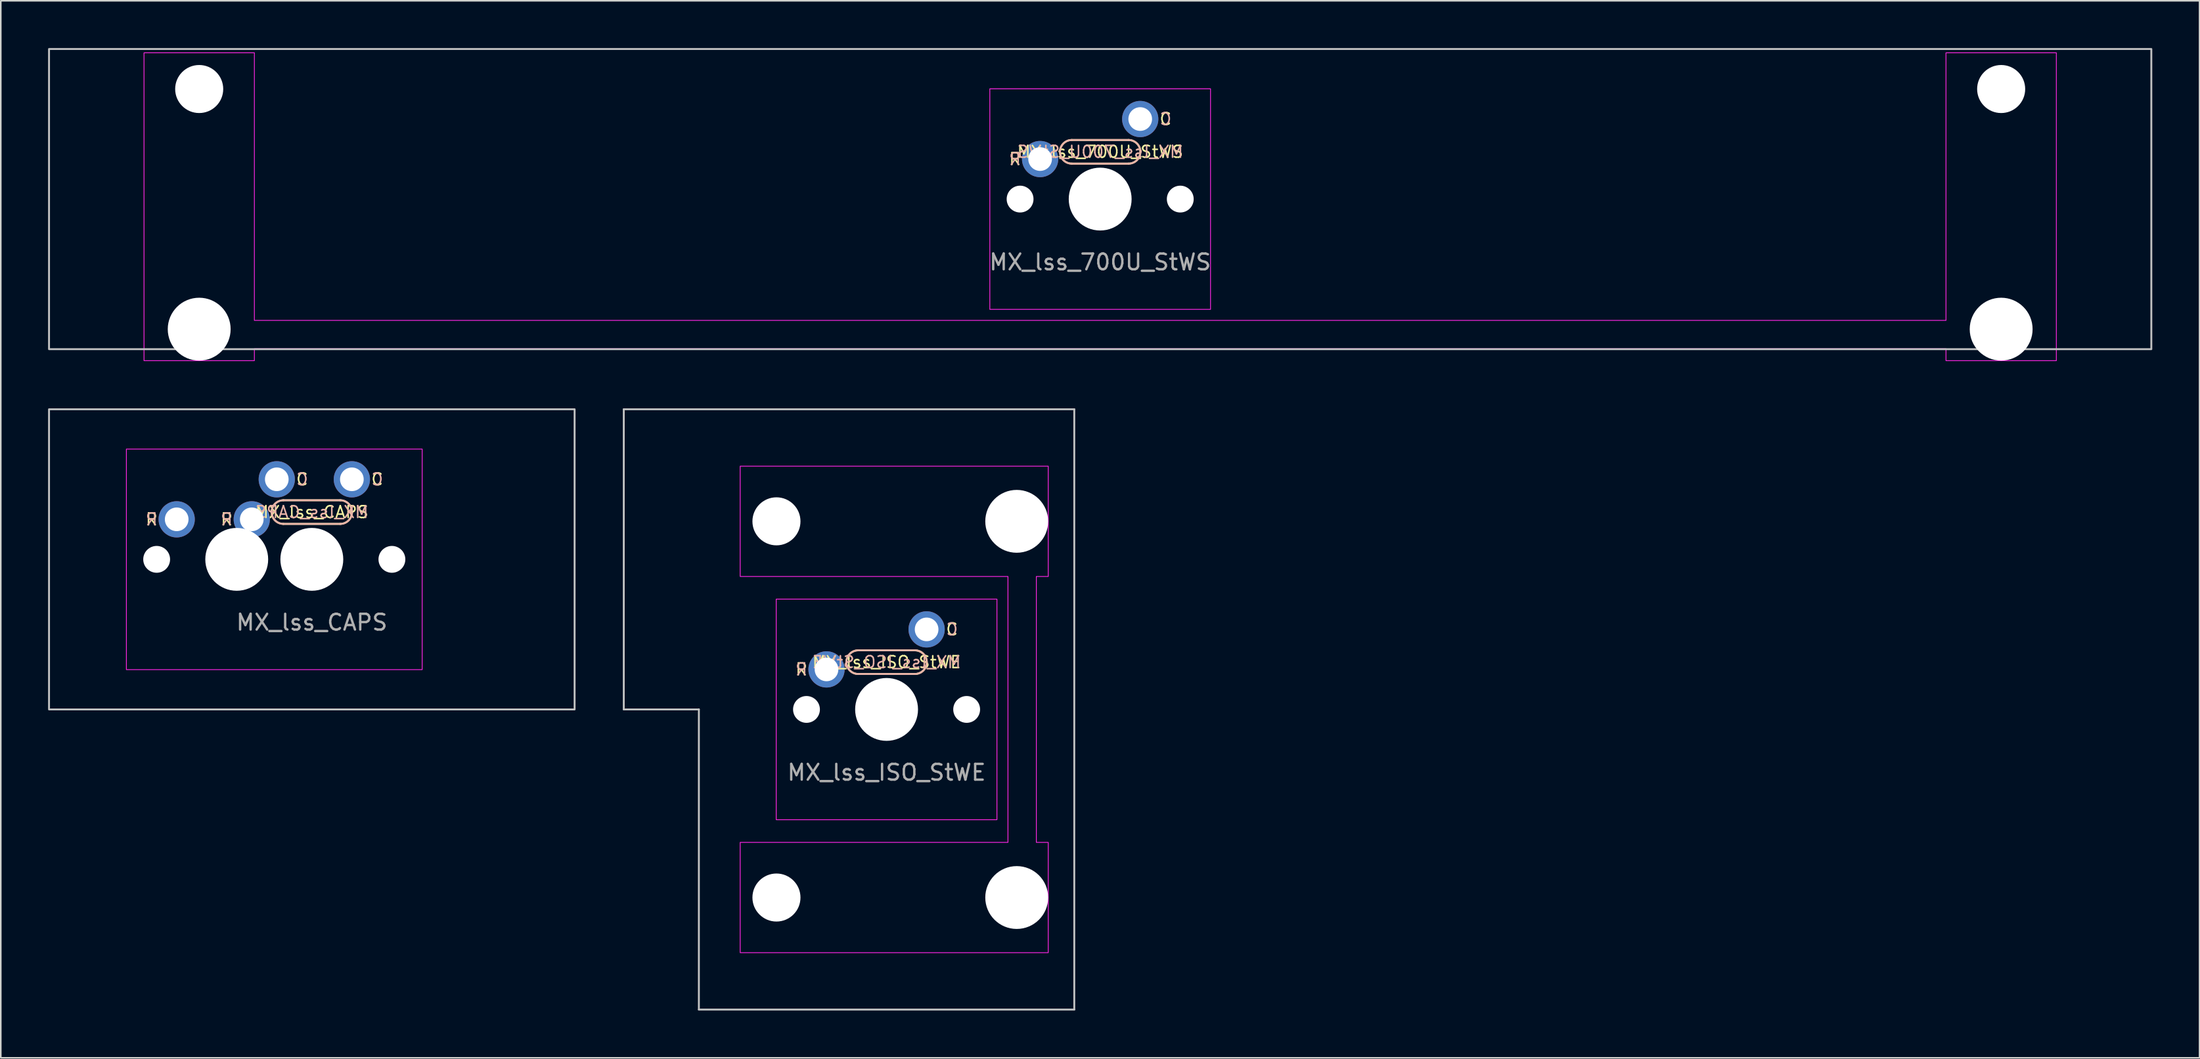
<source format=kicad_pcb>
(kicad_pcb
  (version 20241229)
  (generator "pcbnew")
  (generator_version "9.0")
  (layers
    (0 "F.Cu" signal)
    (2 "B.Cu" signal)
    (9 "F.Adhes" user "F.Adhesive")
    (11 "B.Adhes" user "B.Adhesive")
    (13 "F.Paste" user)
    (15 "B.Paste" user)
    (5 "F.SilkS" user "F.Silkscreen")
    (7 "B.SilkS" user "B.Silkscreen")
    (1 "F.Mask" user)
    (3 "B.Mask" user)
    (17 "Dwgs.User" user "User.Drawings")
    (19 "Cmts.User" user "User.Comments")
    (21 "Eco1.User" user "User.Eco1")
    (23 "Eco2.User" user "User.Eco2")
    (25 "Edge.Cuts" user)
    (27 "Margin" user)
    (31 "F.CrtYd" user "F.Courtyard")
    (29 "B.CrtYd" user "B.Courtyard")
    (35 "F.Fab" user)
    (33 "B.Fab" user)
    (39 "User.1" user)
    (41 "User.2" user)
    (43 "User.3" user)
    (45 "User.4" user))
  (footprint "MX_lss_700U_StWS"
    (layer "F.Cu")
    (at 66.735 9.585)
    (property "Reference" "MX_lss_700U_StWS" (at 0 -3 0) (unlocked yes) (layer "F.SilkS") (effects (font (size 0.75 0.75) (thickness 0.1))))
    (attr through_hole)
    (fp_line (start -1.8 -3.75) (end 1.8 -3.75) (stroke (width 0.12) (type solid)) (layer "F.SilkS"))
    (fp_line (start 1.8 -2.25) (end -1.8 -2.25) (stroke (width 0.12) (type solid)) (layer "F.SilkS"))
    (fp_arc (start -1.8 -2.25) (mid -2.55 -3) (end -1.8 -3.75) (stroke (width 0.12) (type solid)) (layer "F.SilkS"))
    (fp_arc (start 1.8 -3.75) (mid 2.55 -3) (end 1.8 -2.25) (stroke (width 0.12) (type solid)) (layer "F.SilkS"))
    (fp_line (start -1.8 -2.25) (end 1.8 -2.25) (stroke (width 0.12) (type solid)) (layer "B.SilkS"))
    (fp_line (start 1.8 -3.75) (end -1.8 -3.75) (stroke (width 0.12) (type solid)) (layer "B.SilkS"))
    (fp_arc (start -1.8 -2.25) (mid -2.55 -3) (end -1.8 -3.75) (stroke (width 0.12) (type solid)) (layer "B.SilkS"))
    (fp_arc (start 1.8 -3.75) (mid 2.55 -3) (end 1.8 -2.25) (stroke (width 0.12) (type solid)) (layer "B.SilkS"))
    (fp_rect (start -66.675 -9.525) (end 66.675 9.525) (stroke (width 0.12) (type solid)) (fill no) (layer "Dwgs.User"))
    (fp_rect (start -7 -7) (end 7 7) (stroke (width 0.05) (type solid)) (fill no) (layer "F.CrtYd"))
    (fp_poly (pts (xy -53.65 7.7) (xy 53.65 7.7) (xy 53.65 -9.285) (xy 60.65 -9.285) (xy 60.65 10.255) (xy 53.65 10.255) (xy 53.65 9.5) (xy -53.65 9.5) (xy -53.65 10.255) (xy -60.65 10.255) (xy -60.65 -9.285) (xy -53.65 -9.285)) (stroke (width 0.05) (type solid)) (fill no) (layer "F.CrtYd"))
    (fp_text user "R" (at -5.4 -2.54 0) (unlocked yes) (layer "F.SilkS") (effects (font (size 0.75 0.75) (thickness 0.1))))
    (fp_text user "C" (at 4.15 -5.08 0) (unlocked yes) (layer "F.SilkS") (effects (font (size 0.75 0.75) (thickness 0.1))))
    (fp_text user "${REFERENCE}" (at 0 -3 0) (unlocked yes) (layer "B.SilkS") (effects (font (size 0.75 0.75) (thickness 0.1)) (justify mirror)))
    (fp_text user "C" (at 4.15 -5.08 0) (unlocked yes) (layer "B.SilkS") (effects (font (size 0.75 0.75) (thickness 0.1)) (justify mirror)))
    (fp_text user "R" (at -5.4 -2.54 0) (unlocked yes) (layer "B.SilkS") (effects (font (size 0.75 0.75) (thickness 0.1)) (justify mirror)))
    (fp_text user "${REFERENCE}" (at 0 4 0) (unlocked yes) (layer "F.Fab") (effects (font (size 1 1) (thickness 0.15))))
    (pad "" np_thru_hole circle (at -57.15 -6.985) (size 3.048 3.048) (drill 3.048) (layers "*.Cu" "*.Mask"))
    (pad "" np_thru_hole circle (at -57.15 8.255) (size 3.988 3.988) (drill 3.988) (layers "*.Cu" "*.Mask"))
    (pad "" np_thru_hole circle (at -5.08 0) (size 1.702 1.702) (drill 1.702) (layers "*.Cu" "*.Mask"))
    (pad "" np_thru_hole circle (at 0 0) (size 3.988 3.988) (drill 3.988) (layers "*.Cu" "*.Mask"))
    (pad "" np_thru_hole circle (at 5.08 0) (size 1.702 1.702) (drill 1.702) (layers "*.Cu" "*.Mask"))
    (pad "" np_thru_hole circle (at 57.15 -6.985) (size 3.048 3.048) (drill 3.048) (layers "*.Cu" "*.Mask"))
    (pad "" np_thru_hole circle (at 57.15 8.255) (size 3.988 3.988) (drill 3.988) (layers "*.Cu" "*.Mask"))
    (pad "1" thru_hole circle (at 2.54 -5.08) (size 2.3 2.3) (drill 1.5) (layers "*.Cu" "*.Mask"))
    (pad "2" thru_hole circle (at -3.81 -2.54) (size 2.3 2.3) (drill 1.5) (layers "*.Cu" "*.Mask")))
  (footprint "MX_lss_CAPS"
    (layer "F.Cu")
    (at 16.729 32.45)
    (property "Reference" "MX_lss_CAPS" (at 0 -3 0) (unlocked yes) (layer "F.SilkS") (effects (font (size 0.75 0.75) (thickness 0.1))))
    (attr through_hole)
    (fp_line (start -1.8 -3.75) (end 1.8 -3.75) (stroke (width 0.12) (type solid)) (layer "F.SilkS"))
    (fp_line (start 1.8 -2.25) (end -1.8 -2.25) (stroke (width 0.12) (type solid)) (layer "F.SilkS"))
    (fp_arc (start -1.8 -2.25) (mid -2.55 -3) (end -1.8 -3.75) (stroke (width 0.12) (type solid)) (layer "F.SilkS"))
    (fp_arc (start 1.8 -3.75) (mid 2.55 -3) (end 1.8 -2.25) (stroke (width 0.12) (type solid)) (layer "F.SilkS"))
    (fp_line (start -1.8 -2.25) (end 1.8 -2.25) (stroke (width 0.12) (type solid)) (layer "B.SilkS"))
    (fp_line (start 1.8 -3.75) (end -1.8 -3.75) (stroke (width 0.12) (type solid)) (layer "B.SilkS"))
    (fp_arc (start -1.8 -2.25) (mid -2.55 -3) (end -1.8 -3.75) (stroke (width 0.12) (type solid)) (layer "B.SilkS"))
    (fp_arc (start 1.8 -3.75) (mid 2.55 -3) (end 1.8 -2.25) (stroke (width 0.12) (type solid)) (layer "B.SilkS"))
    (fp_rect (start -16.669 -9.525) (end 16.669 9.525) (stroke (width 0.12) (type solid)) (fill no) (layer "Dwgs.User"))
    (fp_rect (start -11.762 -7) (end 7 7) (stroke (width 0.05) (type solid)) (fill no) (layer "F.CrtYd"))
    (fp_text user "R" (at -10.162 -2.54 0) (unlocked yes) (layer "F.SilkS") (effects (font (size 0.75 0.75) (thickness 0.1))))
    (fp_text user "R" (at -5.4 -2.54 0) (unlocked yes) (layer "F.SilkS") (effects (font (size 0.75 0.75) (thickness 0.1))))
    (fp_text user "C" (at 4.15 -5.08 0) (unlocked yes) (layer "F.SilkS") (effects (font (size 0.75 0.75) (thickness 0.1))))
    (fp_text user "C" (at -0.613 -5.08 0) (unlocked yes) (layer "F.SilkS") (effects (font (size 0.75 0.75) (thickness 0.1))))
    (fp_text user "${REFERENCE}" (at 0 -3 0) (unlocked yes) (layer "B.SilkS") (effects (font (size 0.75 0.75) (thickness 0.1)) (justify mirror)))
    (fp_text user "R" (at -5.4 -2.54 0) (unlocked yes) (layer "B.SilkS") (effects (font (size 0.75 0.75) (thickness 0.1)) (justify mirror)))
    (fp_text user "C" (at 4.15 -5.08 0) (unlocked yes) (layer "B.SilkS") (effects (font (size 0.75 0.75) (thickness 0.1)) (justify mirror)))
    (fp_text user "C" (at -0.613 -5.08 0) (unlocked yes) (layer "B.SilkS") (effects (font (size 0.75 0.75) (thickness 0.1)) (justify mirror)))
    (fp_text user "R" (at -10.162 -2.54 0) (unlocked yes) (layer "B.SilkS") (effects (font (size 0.75 0.75) (thickness 0.1)) (justify mirror)))
    (fp_text user "${REFERENCE}" (at 0 4 0) (unlocked yes) (layer "F.Fab") (effects (font (size 1 1) (thickness 0.15))))
    (pad "" np_thru_hole circle (at -9.842 0) (size 1.702 1.702) (drill 1.702) (layers "*.Cu" "*.Mask"))
    (pad "" np_thru_hole circle (at -5.08 0) (size 1.702 1.702) (drill 1.702) (layers "*.Cu" "*.Mask"))
    (pad "" np_thru_hole circle (at -4.763 0) (size 3.988 3.988) (drill 3.988) (layers "*.Cu" "*.Mask"))
    (pad "" np_thru_hole circle (at 0 0) (size 3.988 3.988) (drill 3.988) (layers "*.Cu" "*.Mask"))
    (pad "" np_thru_hole circle (at 0.318 0) (size 1.702 1.702) (drill 1.702) (layers "*.Cu" "*.Mask"))
    (pad "" np_thru_hole circle (at 5.08 0) (size 1.702 1.702) (drill 1.702) (layers "*.Cu" "*.Mask"))
    (pad "1" thru_hole circle (at -2.223 -5.08) (size 2.3 2.3) (drill 1.5) (layers "*.Cu" "*.Mask"))
    (pad "1" thru_hole circle (at 2.54 -5.08) (size 2.3 2.3) (drill 1.5) (layers "*.Cu" "*.Mask"))
    (pad "2" thru_hole circle (at -8.572 -2.54) (size 2.3 2.3) (drill 1.5) (layers "*.Cu" "*.Mask"))
    (pad "2" thru_hole circle (at -3.81 -2.54) (size 2.3 2.3) (drill 1.5) (layers "*.Cu" "*.Mask")))
  (footprint "MX_lss_ISO_StWE"
    (layer "F.Cu")
    (at 53.186 41.975)
    (property "Reference" "MX_lss_ISO_StWE" (at 0 -3 0) (unlocked yes) (layer "F.SilkS") (effects (font (size 0.75 0.75) (thickness 0.1))))
    (attr through_hole)
    (fp_line (start -1.8 -3.75) (end 1.8 -3.75) (stroke (width 0.12) (type solid)) (layer "F.SilkS"))
    (fp_line (start 1.8 -2.25) (end -1.8 -2.25) (stroke (width 0.12) (type solid)) (layer "F.SilkS"))
    (fp_arc (start -1.8 -2.25) (mid -2.55 -3) (end -1.8 -3.75) (stroke (width 0.12) (type solid)) (layer "F.SilkS"))
    (fp_arc (start 1.8 -3.75) (mid 2.55 -3) (end 1.8 -2.25) (stroke (width 0.12) (type solid)) (layer "F.SilkS"))
    (fp_line (start -1.8 -2.25) (end 1.8 -2.25) (stroke (width 0.12) (type solid)) (layer "B.SilkS"))
    (fp_line (start 1.8 -3.75) (end -1.8 -3.75) (stroke (width 0.12) (type solid)) (layer "B.SilkS"))
    (fp_arc (start -1.8 -2.25) (mid -2.55 -3) (end -1.8 -3.75) (stroke (width 0.12) (type solid)) (layer "B.SilkS"))
    (fp_arc (start 1.8 -3.75) (mid 2.55 -3) (end 1.8 -2.25) (stroke (width 0.12) (type solid)) (layer "B.SilkS"))
    (fp_line (start -16.669 -19.05) (end -16.669 0) (stroke (width 0.12) (type solid)) (layer "Dwgs.User"))
    (fp_line (start -16.669 0) (end -11.906 0) (stroke (width 0.12) (type solid)) (layer "Dwgs.User"))
    (fp_line (start -11.906 0) (end -11.906 19.05) (stroke (width 0.12) (type solid)) (layer "Dwgs.User"))
    (fp_line (start -11.906 19.05) (end 11.906 19.05) (stroke (width 0.12) (type solid)) (layer "Dwgs.User"))
    (fp_line (start 11.906 -19.05) (end -16.669 -19.05) (stroke (width 0.12) (type solid)) (layer "Dwgs.User"))
    (fp_line (start 11.906 19.05) (end 11.906 -19.05) (stroke (width 0.12) (type solid)) (layer "Dwgs.User"))
    (fp_rect (start -7 -7) (end 7 7) (stroke (width 0.05) (type solid)) (fill no) (layer "F.CrtYd"))
    (fp_poly (pts (xy 7.7 8.438) (xy 7.7 -8.438) (xy -9.285 -8.438) (xy -9.285 -15.438) (xy 10.255 -15.438) (xy 10.255 -8.438) (xy 9.5 -8.438) (xy 9.5 8.438) (xy 10.255 8.438) (xy 10.255 15.438) (xy -9.285 15.438) (xy -9.285 8.438)) (stroke (width 0.05) (type solid)) (fill no) (layer "F.CrtYd"))
    (fp_text user "R" (at -5.4 -2.54 0) (unlocked yes) (layer "F.SilkS") (effects (font (size 0.75 0.75) (thickness 0.1))))
    (fp_text user "C" (at 4.15 -5.08 0) (unlocked yes) (layer "F.SilkS") (effects (font (size 0.75 0.75) (thickness 0.1))))
    (fp_text user "C" (at 4.15 -5.08 0) (unlocked yes) (layer "B.SilkS") (effects (font (size 0.75 0.75) (thickness 0.1)) (justify mirror)))
    (fp_text user "${REFERENCE}" (at 0 -3 0) (unlocked yes) (layer "B.SilkS") (effects (font (size 0.75 0.75) (thickness 0.1)) (justify mirror)))
    (fp_text user "R" (at -5.4 -2.54 0) (unlocked yes) (layer "B.SilkS") (effects (font (size 0.75 0.75) (thickness 0.1)) (justify mirror)))
    (fp_text user "${REFERENCE}" (at 0 4 0) (unlocked yes) (layer "F.Fab") (effects (font (size 1 1) (thickness 0.15))))
    (pad "" np_thru_hole circle (at -6.985 -11.938 90) (size 3.048 3.048) (drill 3.048) (layers "*.Cu" "*.Mask"))
    (pad "" np_thru_hole circle (at -6.985 11.938 90) (size 3.048 3.048) (drill 3.048) (layers "*.Cu" "*.Mask"))
    (pad "" np_thru_hole circle (at -5.08 0) (size 1.702 1.702) (drill 1.702) (layers "*.Cu" "*.Mask"))
    (pad "" np_thru_hole circle (at 0 0) (size 3.988 3.988) (drill 3.988) (layers "*.Cu" "*.Mask"))
    (pad "" np_thru_hole circle (at 5.08 0) (size 1.702 1.702) (drill 1.702) (layers "*.Cu" "*.Mask"))
    (pad "" np_thru_hole circle (at 8.255 -11.938 90) (size 3.988 3.988) (drill 3.988) (layers "*.Cu" "*.Mask"))
    (pad "" np_thru_hole circle (at 8.255 11.938 90) (size 3.988 3.988) (drill 3.988) (layers "*.Cu" "*.Mask"))
    (pad "1" thru_hole circle (at 2.54 -5.08) (size 2.3 2.3) (drill 1.5) (layers "*.Cu" "*.Mask"))
    (pad "2" thru_hole circle (at -3.81 -2.54) (size 2.3 2.3) (drill 1.5) (layers "*.Cu" "*.Mask")))
  (gr_rect
    (start -3 -3)
    (end 136.47 64.085)
    (stroke (width 0.1) (type default))
    (fill no)
    (layer "Edge.Cuts")))
</source>
